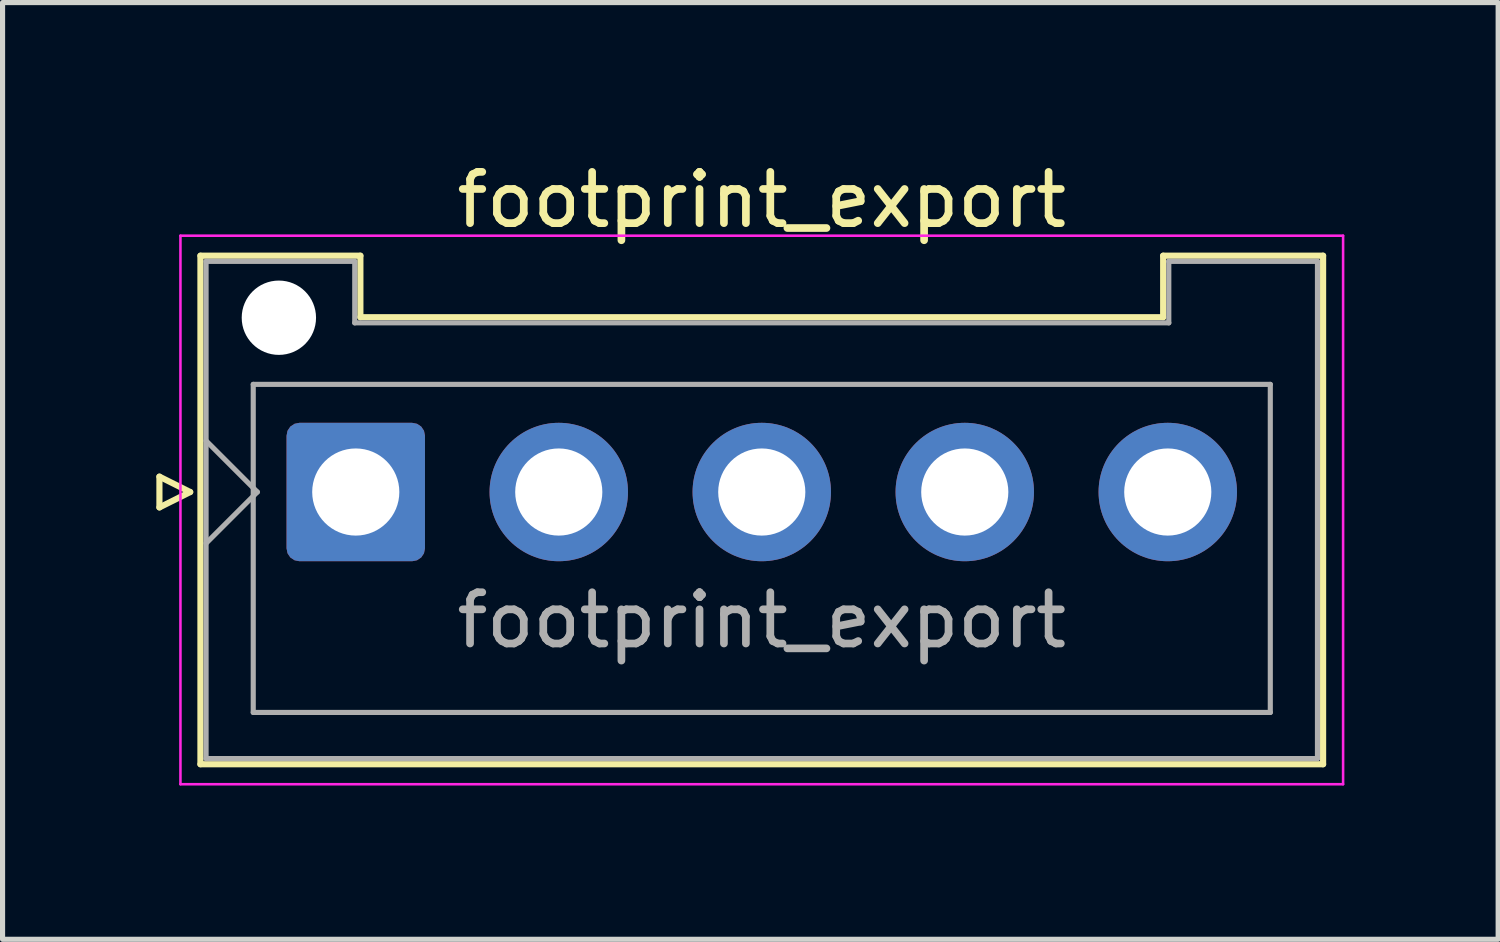
<source format=kicad_pcb>
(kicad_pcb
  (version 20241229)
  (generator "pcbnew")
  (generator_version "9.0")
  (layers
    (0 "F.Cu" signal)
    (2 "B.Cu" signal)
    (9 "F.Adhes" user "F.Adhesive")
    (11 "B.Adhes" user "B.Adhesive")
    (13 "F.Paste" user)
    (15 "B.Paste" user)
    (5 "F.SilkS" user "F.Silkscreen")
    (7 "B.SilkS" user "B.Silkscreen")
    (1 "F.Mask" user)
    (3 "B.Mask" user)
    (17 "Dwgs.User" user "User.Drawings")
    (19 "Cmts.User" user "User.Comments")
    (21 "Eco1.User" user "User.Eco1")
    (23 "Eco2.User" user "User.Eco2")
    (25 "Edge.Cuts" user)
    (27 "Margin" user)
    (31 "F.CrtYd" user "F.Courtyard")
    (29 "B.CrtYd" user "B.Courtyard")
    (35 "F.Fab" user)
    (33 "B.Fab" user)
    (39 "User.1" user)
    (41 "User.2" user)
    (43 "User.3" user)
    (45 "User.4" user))
  (footprint "footprint_export"
    (layer "F.Cu")
    (at 3.89 6.548)
    (property "Reference" "footprint_export" (at 7.92 -5.7 0) (layer "F.SilkS") (effects (font (size 1 1) (thickness 0.15))))
    (attr through_hole)
    (fp_line (start -3.83 -0.3) (end -3.23 0) (stroke (width 0.12) (type solid)) (layer "F.SilkS"))
    (fp_line (start -3.83 0.3) (end -3.83 -0.3) (stroke (width 0.12) (type solid)) (layer "F.SilkS"))
    (fp_line (start -3.23 0) (end -3.83 0.3) (stroke (width 0.12) (type solid)) (layer "F.SilkS"))
    (fp_line (start -3.03 -4.61) (end 0.09 -4.61) (stroke (width 0.12) (type solid)) (layer "F.SilkS"))
    (fp_line (start -3.03 5.31) (end -3.03 -4.61) (stroke (width 0.12) (type solid)) (layer "F.SilkS"))
    (fp_line (start 0.09 -4.61) (end 0.09 -3.41) (stroke (width 0.12) (type solid)) (layer "F.SilkS"))
    (fp_line (start 0.09 -3.41) (end 15.75 -3.41) (stroke (width 0.12) (type solid)) (layer "F.SilkS"))
    (fp_line (start 15.75 -4.61) (end 18.87 -4.61) (stroke (width 0.12) (type solid)) (layer "F.SilkS"))
    (fp_line (start 15.75 -3.41) (end 15.75 -4.61) (stroke (width 0.12) (type solid)) (layer "F.SilkS"))
    (fp_line (start 18.87 -4.61) (end 18.87 5.31) (stroke (width 0.12) (type solid)) (layer "F.SilkS"))
    (fp_line (start 18.87 5.31) (end -3.03 5.31) (stroke (width 0.12) (type solid)) (layer "F.SilkS"))
    (fp_line (start -3.42 -5) (end -3.42 5.7) (stroke (width 0.05) (type solid)) (layer "F.CrtYd"))
    (fp_line (start -3.42 5.7) (end 19.26 5.7) (stroke (width 0.05) (type solid)) (layer "F.CrtYd"))
    (fp_line (start 19.26 -5) (end -3.42 -5) (stroke (width 0.05) (type solid)) (layer "F.CrtYd"))
    (fp_line (start 19.26 5.7) (end 19.26 -5) (stroke (width 0.05) (type solid)) (layer "F.CrtYd"))
    (fp_line (start -2.92 -4.5) (end -0.02 -4.5) (stroke (width 0.1) (type solid)) (layer "F.Fab"))
    (fp_line (start -2.92 -1) (end -1.92 0) (stroke (width 0.1) (type solid)) (layer "F.Fab"))
    (fp_line (start -2.92 1) (end -1.92 0) (stroke (width 0.1) (type solid)) (layer "F.Fab"))
    (fp_line (start -2.92 5.2) (end -2.92 -4.5) (stroke (width 0.1) (type solid)) (layer "F.Fab"))
    (fp_line (start -2 -2.1) (end 17.84 -2.1) (stroke (width 0.1) (type solid)) (layer "F.Fab"))
    (fp_line (start -2 4.3) (end -2 -2.1) (stroke (width 0.1) (type solid)) (layer "F.Fab"))
    (fp_line (start -0.02 -4.5) (end -0.02 -3.3) (stroke (width 0.1) (type solid)) (layer "F.Fab"))
    (fp_line (start -0.02 -3.3) (end 15.86 -3.3) (stroke (width 0.1) (type solid)) (layer "F.Fab"))
    (fp_line (start 15.86 -4.5) (end 18.76 -4.5) (stroke (width 0.1) (type solid)) (layer "F.Fab"))
    (fp_line (start 15.86 -3.3) (end 15.86 -4.5) (stroke (width 0.1) (type solid)) (layer "F.Fab"))
    (fp_line (start 17.84 -2.1) (end 17.84 4.3) (stroke (width 0.1) (type solid)) (layer "F.Fab"))
    (fp_line (start 17.84 4.3) (end -2 4.3) (stroke (width 0.1) (type solid)) (layer "F.Fab"))
    (fp_line (start 18.76 -4.5) (end 18.76 5.2) (stroke (width 0.1) (type solid)) (layer "F.Fab"))
    (fp_line (start 18.76 5.2) (end -2.92 5.2) (stroke (width 0.1) (type solid)) (layer "F.Fab"))
    (fp_text user "${REFERENCE}" (at 7.92 2.5 0) (layer "F.Fab") (effects (font (size 1 1) (thickness 0.15))))
    (pad "" np_thru_hole circle (at -1.5 -3.4) (size 1.45 1.45) (drill 1.45) (layers "*.Cu" "*.Mask"))
    (pad "1" thru_hole roundrect (at 0 0) (size 2.7 2.7) (drill 1.7) (layers "*.Cu" "*.Mask") (roundrect_rratio 0.093))
    (pad "2" thru_hole circle (at 3.96 0) (size 2.7 2.7) (drill 1.7) (layers "*.Cu" "*.Mask"))
    (pad "3" thru_hole circle (at 7.92 0) (size 2.7 2.7) (drill 1.7) (layers "*.Cu" "*.Mask"))
    (pad "4" thru_hole circle (at 11.88 0) (size 2.7 2.7) (drill 1.7) (layers "*.Cu" "*.Mask"))
    (pad "5" thru_hole circle (at 15.84 0) (size 2.7 2.7) (drill 1.7) (layers "*.Cu" "*.Mask")))
  (gr_rect
    (start -3 -3)
    (end 26.175 15.273)
    (stroke (width 0.1) (type default))
    (fill no)
    (layer "Edge.Cuts")))
</source>
